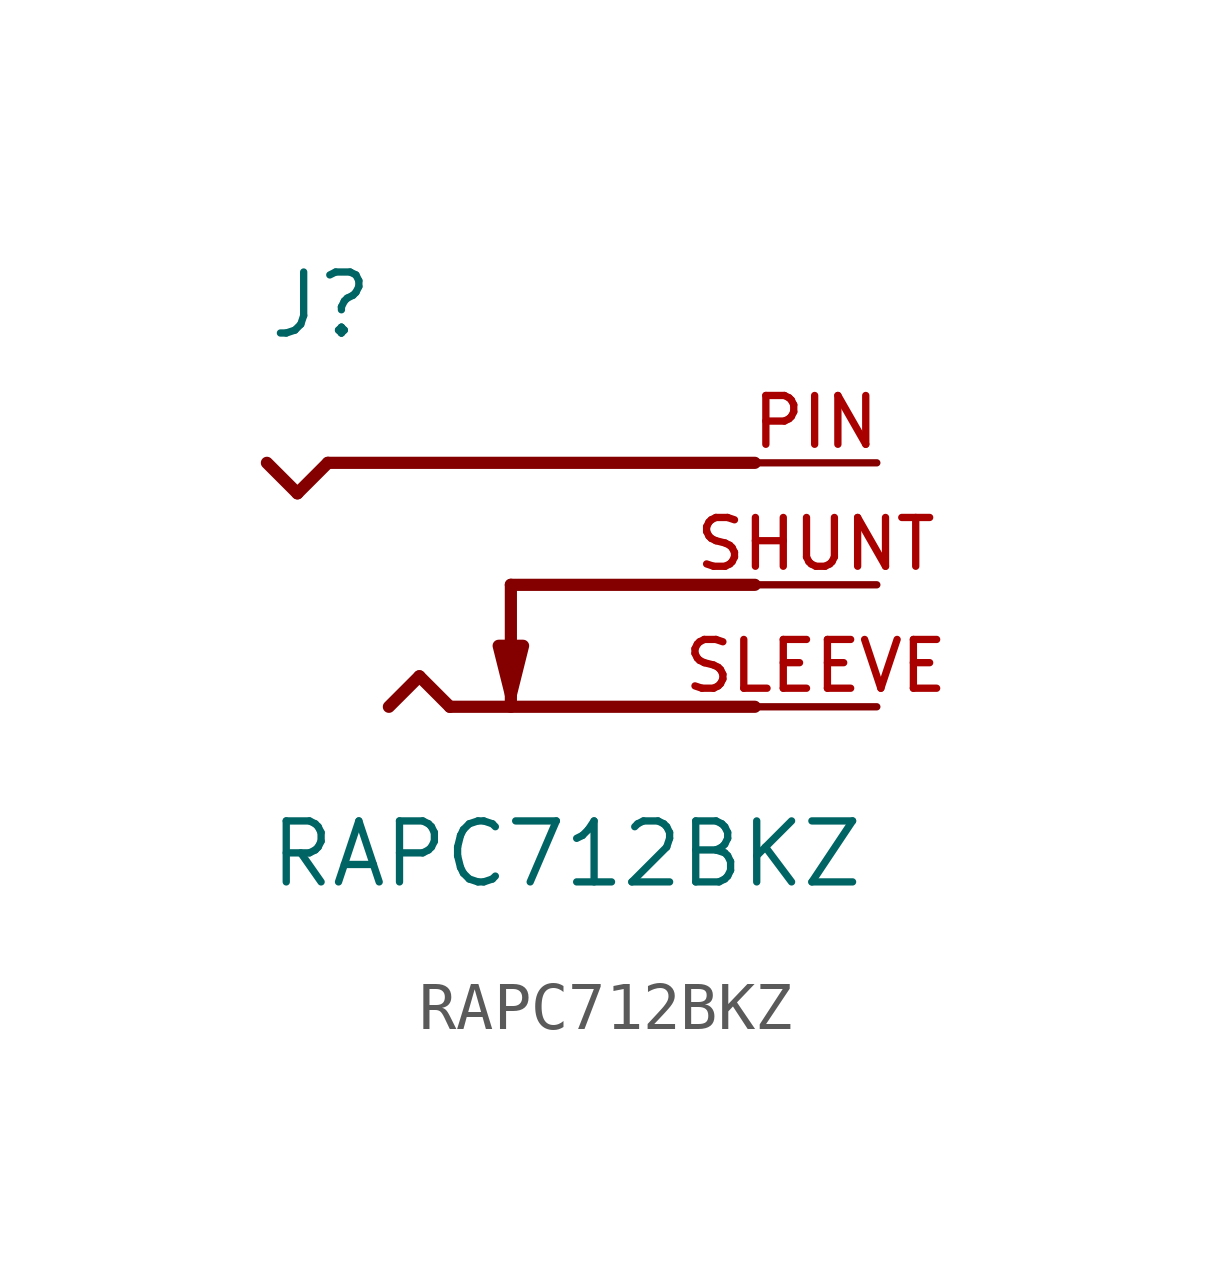
<source format=kicad_sym>
(kicad_symbol_lib
  (version 20211014)
  (generator kicad_symbol_editor)
  (symbol "RAPC712BKZ"
    (pin_names
      (offset 1.016))
    (property "Reference" "J"
      (at -5.08 5.08 0)
      (effects (font (size 1.27 1.27)) (justify bottom left)))
    (property "Value" "RAPC712BKZ"
      (at -5.08 -6.35 0)
      (effects (font (size 1.27 1.27)) (justify bottom left)))
    (symbol "RAPC712BKZ_0_0"
      (polyline (pts (xy 0.0 -2.286) (xy 0.254 -1.27) (xy -0.254 -1.27) (xy 0.0 -2.286)) (stroke (width 0.254)) (fill (type outline)))
      (polyline (pts (xy 0.0 0.0) (xy 5.08 0.0)) (stroke (width 0.254)))
      (polyline (pts (xy 0.0 0.0) (xy 0.0 -2.54)) (stroke (width 0.254)))
      (polyline (pts (xy 5.08 -2.54) (xy -1.27 -2.54)) (stroke (width 0.254)))
      (polyline (pts (xy -1.27 -2.54) (xy -1.905 -1.905)) (stroke (width 0.254)))
      (polyline (pts (xy -1.905 -1.905) (xy -2.54 -2.54)) (stroke (width 0.254)))
      (polyline (pts (xy 5.08 2.54) (xy -3.81 2.54)) (stroke (width 0.254)))
      (polyline (pts (xy -3.81 2.54) (xy -4.445 1.905)) (stroke (width 0.254)))
      (polyline (pts (xy -4.445 1.905) (xy -5.08 2.54)) (stroke (width 0.254)))
      (pin passive line (at 7.62 -2.54 180.0) (length 2.54) (name "~" (effects (font (size 1.016 1.016)))) (number "SLEEVE" (effects (font (size 1.016 1.016)))))
      (pin passive line (at 7.62 2.54 180.0) (length 2.54) (name "~" (effects (font (size 1.016 1.016)))) (number "PIN" (effects (font (size 1.016 1.016)))))
      (pin passive line (at 7.62 0.0 180.0) (length 2.54) (name "~" (effects (font (size 1.016 1.016)))) (number "SHUNT" (effects (font (size 1.016 1.016))))))))
</source>
